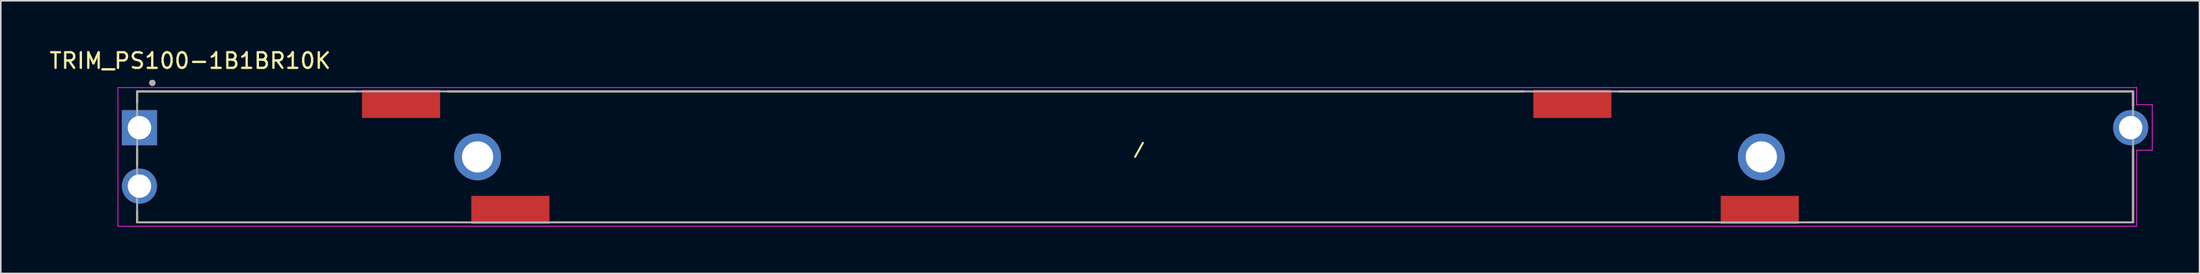
<source format=kicad_pcb>
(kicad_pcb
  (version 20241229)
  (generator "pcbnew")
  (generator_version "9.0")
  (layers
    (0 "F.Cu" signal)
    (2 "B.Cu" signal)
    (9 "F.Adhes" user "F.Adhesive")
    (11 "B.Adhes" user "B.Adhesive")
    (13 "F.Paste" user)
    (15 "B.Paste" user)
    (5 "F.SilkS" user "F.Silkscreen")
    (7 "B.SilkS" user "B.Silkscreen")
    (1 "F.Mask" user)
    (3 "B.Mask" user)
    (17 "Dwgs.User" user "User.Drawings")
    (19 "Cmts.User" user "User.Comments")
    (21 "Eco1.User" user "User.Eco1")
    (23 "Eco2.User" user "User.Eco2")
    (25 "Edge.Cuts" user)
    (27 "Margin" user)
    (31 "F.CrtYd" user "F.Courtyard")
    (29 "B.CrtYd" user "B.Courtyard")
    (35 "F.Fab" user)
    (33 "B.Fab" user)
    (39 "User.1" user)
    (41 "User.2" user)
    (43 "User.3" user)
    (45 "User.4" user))
  (footprint "TRIM_PS100-1B1BR10K"
    (layer "F.Cu")
    (at 69.63 7.018)
    (property "Reference" "TRIM_PS100-1B1BR10K" (at -60.505 -6.17 0) (layer "F.SilkS") (effects (font (size 1 1) (thickness 0.15))))
    (attr through_hole)
    (fp_line (start -63.9 -4.2) (end -49.95 -4.2) (stroke (width 0.127) (type solid)) (layer "F.SilkS"))
    (fp_line (start -63.9 -3.5) (end -63.9 -4.2) (stroke (width 0.127) (type solid)) (layer "F.SilkS"))
    (fp_line (start -63.9 -0.5) (end -63.9 0.5) (stroke (width 0.127) (type solid)) (layer "F.SilkS"))
    (fp_line (start -63.9 4.2) (end -63.9 3.5) (stroke (width 0.127) (type solid)) (layer "F.SilkS"))
    (fp_line (start -44 -4.2) (end 24.9 -4.2) (stroke (width 0.127) (type solid)) (layer "F.SilkS"))
    (fp_line (start -43.2 4.2) (end -63.9 4.2) (stroke (width 0.127) (type solid)) (layer "F.SilkS"))
    (fp_line (start 0 0) (end 0.5 -0.9) (stroke (width 0.127) (type solid)) (layer "F.SilkS"))
    (fp_line (start 31 -4.2) (end 63.9 -4.2) (stroke (width 0.127) (type solid)) (layer "F.SilkS"))
    (fp_line (start 36.8 4.2) (end -37.2 4.2) (stroke (width 0.127) (type solid)) (layer "F.SilkS"))
    (fp_line (start 63.9 -4.2) (end 63.9 -3.25) (stroke (width 0.127) (type solid)) (layer "F.SilkS"))
    (fp_line (start 63.9 -0.5) (end 63.9 4.2) (stroke (width 0.127) (type solid)) (layer "F.SilkS"))
    (fp_line (start 63.9 4.2) (end 43.2 4.2) (stroke (width 0.127) (type solid)) (layer "F.SilkS"))
    (fp_circle (center -62.925 -4.75) (end -62.825 -4.75) (stroke (width 0.2) (type solid)) (fill no) (layer "F.SilkS"))
    (fp_line (start -65.13 -4.45) (end 64.13 -4.45) (stroke (width 0.05) (type solid)) (layer "F.CrtYd"))
    (fp_line (start -65.13 4.45) (end -65.13 -4.45) (stroke (width 0.05) (type solid)) (layer "F.CrtYd"))
    (fp_line (start 64.13 -4.45) (end 64.13 -3.35) (stroke (width 0.05) (type solid)) (layer "F.CrtYd"))
    (fp_line (start 64.13 -3.35) (end 65.13 -3.35) (stroke (width 0.05) (type solid)) (layer "F.CrtYd"))
    (fp_line (start 64.13 -0.43) (end 64.13 4.45) (stroke (width 0.05) (type solid)) (layer "F.CrtYd"))
    (fp_line (start 64.13 4.45) (end -65.13 4.45) (stroke (width 0.05) (type solid)) (layer "F.CrtYd"))
    (fp_line (start 65.13 -3.35) (end 65.13 -0.43) (stroke (width 0.05) (type solid)) (layer "F.CrtYd"))
    (fp_line (start 65.13 -0.43) (end 64.13 -0.43) (stroke (width 0.05) (type solid)) (layer "F.CrtYd"))
    (fp_line (start -63.9 -4.2) (end 63.9 -4.2) (stroke (width 0.127) (type solid)) (layer "F.Fab"))
    (fp_line (start -63.9 4.2) (end -63.9 -4.2) (stroke (width 0.127) (type solid)) (layer "F.Fab"))
    (fp_line (start 63.9 -4.2) (end 63.9 4.2) (stroke (width 0.127) (type solid)) (layer "F.Fab"))
    (fp_line (start 63.9 4.2) (end -63.9 4.2) (stroke (width 0.127) (type solid)) (layer "F.Fab"))
    (fp_circle (center -62.925 -4.75) (end -62.825 -4.75) (stroke (width 0.2) (type solid)) (fill no) (layer "F.Fab"))
    (pad "1" thru_hole rect (at -63.75 -1.875) (size 2.25 2.25) (drill 1.5) (layers "*.Cu" "*.Mask"))
    (pad "2" thru_hole circle (at -63.75 1.875) (size 2.25 2.25) (drill 1.5) (layers "*.Cu" "*.Mask"))
    (pad "3" thru_hole circle (at 63.75 -1.875) (size 2.25 2.25) (drill 1.5) (layers "*.Cu" "*.Mask"))
    (pad "P1" thru_hole circle (at -42.1 0) (size 3 3) (drill 2) (layers "*.Cu" "*.Mask"))
    (pad "P2" thru_hole circle (at 40.1 0) (size 3 3) (drill 2) (layers "*.Cu" "*.Mask"))
    (pad "P3" smd rect (at -40 3.4) (size 5 1.8) (layers "F.Cu" "F.Mask" "F.Paste"))
    (pad "P4" smd rect (at -47 -3.4) (size 5 1.8) (layers "F.Cu" "F.Mask" "F.Paste"))
    (pad "P5" smd rect (at 40 3.4) (size 5 1.8) (layers "F.Cu" "F.Mask" "F.Paste"))
    (pad "P6" smd rect (at 28 -3.4) (size 5 1.8) (layers "F.Cu" "F.Mask" "F.Paste")))
  (gr_rect
    (start -3 -3)
    (end 137.785 14.493)
    (stroke (width 0.1) (type default))
    (fill no)
    (layer "Edge.Cuts")))
</source>
